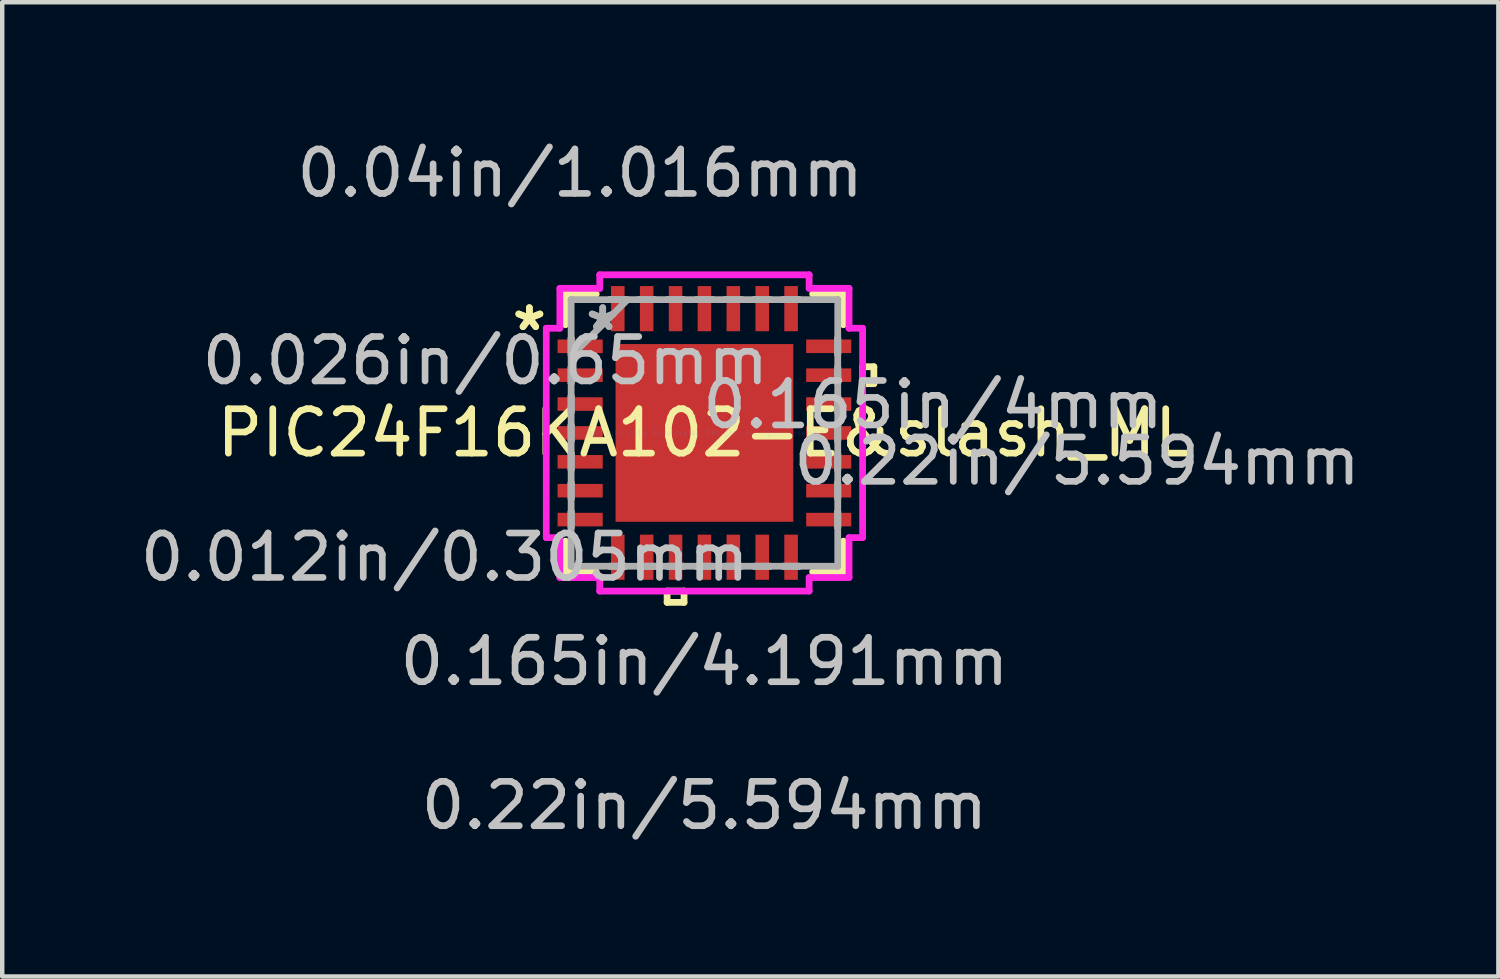
<source format=kicad_pcb>
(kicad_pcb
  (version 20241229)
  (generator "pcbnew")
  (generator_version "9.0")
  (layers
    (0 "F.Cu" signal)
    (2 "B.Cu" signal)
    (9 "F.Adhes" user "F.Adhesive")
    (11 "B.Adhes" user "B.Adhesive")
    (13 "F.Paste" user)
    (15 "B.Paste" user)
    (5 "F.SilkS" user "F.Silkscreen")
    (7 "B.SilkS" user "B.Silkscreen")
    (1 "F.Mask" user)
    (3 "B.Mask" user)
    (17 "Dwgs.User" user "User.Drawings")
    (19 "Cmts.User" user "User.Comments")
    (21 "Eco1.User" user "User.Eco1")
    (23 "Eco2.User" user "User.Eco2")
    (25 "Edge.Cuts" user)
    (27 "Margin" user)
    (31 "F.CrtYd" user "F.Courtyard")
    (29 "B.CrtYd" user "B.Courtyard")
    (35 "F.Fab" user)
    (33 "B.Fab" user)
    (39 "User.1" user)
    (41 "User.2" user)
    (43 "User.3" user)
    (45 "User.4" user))
  (footprint "PIC24F16KA102-E&slash_ML"
    (layer "F.Cu")
    (at 12.803 6.693)
    (property "Reference" "PIC24F16KA102-E&slash_ML" (at 0 0 0) (layer "F.SilkS") (effects (font (size 1 1) (thickness 0.15))))
    (attr through_hole)
    (fp_line (start -3.127 -3.127) (end -3.127 -2.435) (stroke (width 0.152) (type solid)) (layer "F.SilkS"))
    (fp_line (start -3.127 2.435) (end -3.127 3.127) (stroke (width 0.152) (type solid)) (layer "F.SilkS"))
    (fp_line (start -3.127 3.127) (end -2.435 3.127) (stroke (width 0.152) (type solid)) (layer "F.SilkS"))
    (fp_line (start -2.435 -3.127) (end -3.127 -3.127) (stroke (width 0.152) (type solid)) (layer "F.SilkS"))
    (fp_line (start -0.84 3.559) (end -0.84 3.813) (stroke (width 0.152) (type solid)) (layer "F.SilkS"))
    (fp_line (start -0.84 3.813) (end -0.459 3.813) (stroke (width 0.152) (type solid)) (layer "F.SilkS"))
    (fp_line (start -0.459 3.559) (end -0.84 3.559) (stroke (width 0.152) (type solid)) (layer "F.SilkS"))
    (fp_line (start -0.459 3.813) (end -0.459 3.559) (stroke (width 0.152) (type solid)) (layer "F.SilkS"))
    (fp_line (start 2.435 3.127) (end 3.127 3.127) (stroke (width 0.152) (type solid)) (layer "F.SilkS"))
    (fp_line (start 3.127 -3.127) (end 2.435 -3.127) (stroke (width 0.152) (type solid)) (layer "F.SilkS"))
    (fp_line (start 3.127 -2.435) (end 3.127 -3.127) (stroke (width 0.152) (type solid)) (layer "F.SilkS"))
    (fp_line (start 3.127 3.127) (end 3.127 2.435) (stroke (width 0.152) (type solid)) (layer "F.SilkS"))
    (fp_line (start 3.559 -1.49) (end 3.813 -1.49) (stroke (width 0.152) (type solid)) (layer "F.SilkS"))
    (fp_line (start 3.559 -1.109) (end 3.559 -1.49) (stroke (width 0.152) (type solid)) (layer "F.SilkS"))
    (fp_line (start 3.813 -1.49) (end 3.813 -1.109) (stroke (width 0.152) (type solid)) (layer "F.SilkS"))
    (fp_line (start 3.813 -1.109) (end 3.559 -1.109) (stroke (width 0.152) (type solid)) (layer "F.SilkS"))
    (fp_line (start -1.996 -1.996) (end -1.996 -0.798) (stroke (width 0.152) (type solid)) (layer "F.Paste"))
    (fp_line (start -1.996 -0.798) (end -0.798 -0.798) (stroke (width 0.152) (type solid)) (layer "F.Paste"))
    (fp_line (start -1.996 -0.599) (end -1.996 0.599) (stroke (width 0.152) (type solid)) (layer "F.Paste"))
    (fp_line (start -1.996 0.599) (end -0.798 0.599) (stroke (width 0.152) (type solid)) (layer "F.Paste"))
    (fp_line (start -1.996 0.798) (end -1.996 1.996) (stroke (width 0.152) (type solid)) (layer "F.Paste"))
    (fp_line (start -1.996 1.996) (end -0.798 1.996) (stroke (width 0.152) (type solid)) (layer "F.Paste"))
    (fp_line (start -0.798 -1.996) (end -1.996 -1.996) (stroke (width 0.152) (type solid)) (layer "F.Paste"))
    (fp_line (start -0.798 -0.798) (end -0.798 -1.996) (stroke (width 0.152) (type solid)) (layer "F.Paste"))
    (fp_line (start -0.798 -0.599) (end -1.996 -0.599) (stroke (width 0.152) (type solid)) (layer "F.Paste"))
    (fp_line (start -0.798 0.599) (end -0.798 -0.599) (stroke (width 0.152) (type solid)) (layer "F.Paste"))
    (fp_line (start -0.798 0.798) (end -1.996 0.798) (stroke (width 0.152) (type solid)) (layer "F.Paste"))
    (fp_line (start -0.798 1.996) (end -0.798 0.798) (stroke (width 0.152) (type solid)) (layer "F.Paste"))
    (fp_line (start -0.599 -1.996) (end -0.599 -0.798) (stroke (width 0.152) (type solid)) (layer "F.Paste"))
    (fp_line (start -0.599 -0.798) (end 0.599 -0.798) (stroke (width 0.152) (type solid)) (layer "F.Paste"))
    (fp_line (start -0.599 -0.599) (end -0.599 0.599) (stroke (width 0.152) (type solid)) (layer "F.Paste"))
    (fp_line (start -0.599 0.599) (end 0.599 0.599) (stroke (width 0.152) (type solid)) (layer "F.Paste"))
    (fp_line (start -0.599 0.798) (end -0.599 1.996) (stroke (width 0.152) (type solid)) (layer "F.Paste"))
    (fp_line (start -0.599 1.996) (end 0.599 1.996) (stroke (width 0.152) (type solid)) (layer "F.Paste"))
    (fp_line (start 0.599 -1.996) (end -0.599 -1.996) (stroke (width 0.152) (type solid)) (layer "F.Paste"))
    (fp_line (start 0.599 -0.798) (end 0.599 -1.996) (stroke (width 0.152) (type solid)) (layer "F.Paste"))
    (fp_line (start 0.599 -0.599) (end -0.599 -0.599) (stroke (width 0.152) (type solid)) (layer "F.Paste"))
    (fp_line (start 0.599 0.599) (end 0.599 -0.599) (stroke (width 0.152) (type solid)) (layer "F.Paste"))
    (fp_line (start 0.599 0.798) (end -0.599 0.798) (stroke (width 0.152) (type solid)) (layer "F.Paste"))
    (fp_line (start 0.599 1.996) (end 0.599 0.798) (stroke (width 0.152) (type solid)) (layer "F.Paste"))
    (fp_line (start 0.798 -1.996) (end 0.798 -0.798) (stroke (width 0.152) (type solid)) (layer "F.Paste"))
    (fp_line (start 0.798 -0.798) (end 1.996 -0.798) (stroke (width 0.152) (type solid)) (layer "F.Paste"))
    (fp_line (start 0.798 -0.599) (end 0.798 0.599) (stroke (width 0.152) (type solid)) (layer "F.Paste"))
    (fp_line (start 0.798 0.599) (end 1.996 0.599) (stroke (width 0.152) (type solid)) (layer "F.Paste"))
    (fp_line (start 0.798 0.798) (end 0.798 1.996) (stroke (width 0.152) (type solid)) (layer "F.Paste"))
    (fp_line (start 0.798 1.996) (end 1.996 1.996) (stroke (width 0.152) (type solid)) (layer "F.Paste"))
    (fp_line (start 1.996 -1.996) (end 0.798 -1.996) (stroke (width 0.152) (type solid)) (layer "F.Paste"))
    (fp_line (start 1.996 -0.798) (end 1.996 -1.996) (stroke (width 0.152) (type solid)) (layer "F.Paste"))
    (fp_line (start 1.996 -0.599) (end 0.798 -0.599) (stroke (width 0.152) (type solid)) (layer "F.Paste"))
    (fp_line (start 1.996 0.599) (end 1.996 -0.599) (stroke (width 0.152) (type solid)) (layer "F.Paste"))
    (fp_line (start 1.996 0.798) (end 0.798 0.798) (stroke (width 0.152) (type solid)) (layer "F.Paste"))
    (fp_line (start 1.996 1.996) (end 1.996 0.798) (stroke (width 0.152) (type solid)) (layer "F.Paste"))
    (fp_line (start -3.559 -2.356) (end -3.254 -2.356) (stroke (width 0.152) (type solid)) (layer "F.CrtYd"))
    (fp_line (start -3.559 2.356) (end -3.559 -2.356) (stroke (width 0.152) (type solid)) (layer "F.CrtYd"))
    (fp_line (start -3.254 -3.254) (end -2.356 -3.254) (stroke (width 0.152) (type solid)) (layer "F.CrtYd"))
    (fp_line (start -3.254 -2.356) (end -3.254 -3.254) (stroke (width 0.152) (type solid)) (layer "F.CrtYd"))
    (fp_line (start -3.254 2.356) (end -3.559 2.356) (stroke (width 0.152) (type solid)) (layer "F.CrtYd"))
    (fp_line (start -3.254 3.254) (end -3.254 2.356) (stroke (width 0.152) (type solid)) (layer "F.CrtYd"))
    (fp_line (start -2.356 -3.559) (end 2.356 -3.559) (stroke (width 0.152) (type solid)) (layer "F.CrtYd"))
    (fp_line (start -2.356 -3.254) (end -2.356 -3.559) (stroke (width 0.152) (type solid)) (layer "F.CrtYd"))
    (fp_line (start -2.356 3.254) (end -3.254 3.254) (stroke (width 0.152) (type solid)) (layer "F.CrtYd"))
    (fp_line (start -2.356 3.559) (end -2.356 3.254) (stroke (width 0.152) (type solid)) (layer "F.CrtYd"))
    (fp_line (start 2.356 -3.559) (end 2.356 -3.254) (stroke (width 0.152) (type solid)) (layer "F.CrtYd"))
    (fp_line (start 2.356 -3.254) (end 3.254 -3.254) (stroke (width 0.152) (type solid)) (layer "F.CrtYd"))
    (fp_line (start 2.356 3.254) (end 2.356 3.559) (stroke (width 0.152) (type solid)) (layer "F.CrtYd"))
    (fp_line (start 2.356 3.559) (end -2.356 3.559) (stroke (width 0.152) (type solid)) (layer "F.CrtYd"))
    (fp_line (start 3.254 -3.254) (end 3.254 -2.356) (stroke (width 0.152) (type solid)) (layer "F.CrtYd"))
    (fp_line (start 3.254 -2.356) (end 3.559 -2.356) (stroke (width 0.152) (type solid)) (layer "F.CrtYd"))
    (fp_line (start 3.254 2.356) (end 3.254 3.254) (stroke (width 0.152) (type solid)) (layer "F.CrtYd"))
    (fp_line (start 3.254 3.254) (end 2.356 3.254) (stroke (width 0.152) (type solid)) (layer "F.CrtYd"))
    (fp_line (start 3.559 -2.356) (end 3.559 2.356) (stroke (width 0.152) (type solid)) (layer "F.CrtYd"))
    (fp_line (start 3.559 2.356) (end 3.254 2.356) (stroke (width 0.152) (type solid)) (layer "F.CrtYd"))
    (fp_line (start -3 -3) (end -3 -3) (stroke (width 0.152) (type solid)) (layer "F.Fab"))
    (fp_line (start -3 -3) (end -3 3) (stroke (width 0.152) (type solid)) (layer "F.Fab"))
    (fp_line (start -3 -2.128) (end -3 -2.128) (stroke (width 0.152) (type solid)) (layer "F.Fab"))
    (fp_line (start -3 -2.128) (end -3 -1.772) (stroke (width 0.152) (type solid)) (layer "F.Fab"))
    (fp_line (start -3 -1.772) (end -3 -2.128) (stroke (width 0.152) (type solid)) (layer "F.Fab"))
    (fp_line (start -3 -1.772) (end -3 -1.772) (stroke (width 0.152) (type solid)) (layer "F.Fab"))
    (fp_line (start -3 -1.73) (end -1.73 -3) (stroke (width 0.152) (type solid)) (layer "F.Fab"))
    (fp_line (start -3 -1.478) (end -3 -1.478) (stroke (width 0.152) (type solid)) (layer "F.Fab"))
    (fp_line (start -3 -1.478) (end -3 -1.122) (stroke (width 0.152) (type solid)) (layer "F.Fab"))
    (fp_line (start -3 -1.122) (end -3 -1.478) (stroke (width 0.152) (type solid)) (layer "F.Fab"))
    (fp_line (start -3 -1.122) (end -3 -1.122) (stroke (width 0.152) (type solid)) (layer "F.Fab"))
    (fp_line (start -3 -0.828) (end -3 -0.828) (stroke (width 0.152) (type solid)) (layer "F.Fab"))
    (fp_line (start -3 -0.828) (end -3 -0.472) (stroke (width 0.152) (type solid)) (layer "F.Fab"))
    (fp_line (start -3 -0.472) (end -3 -0.828) (stroke (width 0.152) (type solid)) (layer "F.Fab"))
    (fp_line (start -3 -0.472) (end -3 -0.472) (stroke (width 0.152) (type solid)) (layer "F.Fab"))
    (fp_line (start -3 -0.178) (end -3 -0.178) (stroke (width 0.152) (type solid)) (layer "F.Fab"))
    (fp_line (start -3 -0.178) (end -3 0.178) (stroke (width 0.152) (type solid)) (layer "F.Fab"))
    (fp_line (start -3 0.178) (end -3 -0.178) (stroke (width 0.152) (type solid)) (layer "F.Fab"))
    (fp_line (start -3 0.178) (end -3 0.178) (stroke (width 0.152) (type solid)) (layer "F.Fab"))
    (fp_line (start -3 0.472) (end -3 0.472) (stroke (width 0.152) (type solid)) (layer "F.Fab"))
    (fp_line (start -3 0.472) (end -3 0.828) (stroke (width 0.152) (type solid)) (layer "F.Fab"))
    (fp_line (start -3 0.828) (end -3 0.472) (stroke (width 0.152) (type solid)) (layer "F.Fab"))
    (fp_line (start -3 0.828) (end -3 0.828) (stroke (width 0.152) (type solid)) (layer "F.Fab"))
    (fp_line (start -3 1.122) (end -3 1.122) (stroke (width 0.152) (type solid)) (layer "F.Fab"))
    (fp_line (start -3 1.122) (end -3 1.478) (stroke (width 0.152) (type solid)) (layer "F.Fab"))
    (fp_line (start -3 1.478) (end -3 1.122) (stroke (width 0.152) (type solid)) (layer "F.Fab"))
    (fp_line (start -3 1.478) (end -3 1.478) (stroke (width 0.152) (type solid)) (layer "F.Fab"))
    (fp_line (start -3 1.772) (end -3 1.772) (stroke (width 0.152) (type solid)) (layer "F.Fab"))
    (fp_line (start -3 1.772) (end -3 2.128) (stroke (width 0.152) (type solid)) (layer "F.Fab"))
    (fp_line (start -3 2.128) (end -3 1.772) (stroke (width 0.152) (type solid)) (layer "F.Fab"))
    (fp_line (start -3 2.128) (end -3 2.128) (stroke (width 0.152) (type solid)) (layer "F.Fab"))
    (fp_line (start -3 3) (end -3 3) (stroke (width 0.152) (type solid)) (layer "F.Fab"))
    (fp_line (start -3 3) (end 3 3) (stroke (width 0.152) (type solid)) (layer "F.Fab"))
    (fp_line (start -2.128 -3) (end -2.128 -3) (stroke (width 0.152) (type solid)) (layer "F.Fab"))
    (fp_line (start -2.128 -3) (end -1.772 -3) (stroke (width 0.152) (type solid)) (layer "F.Fab"))
    (fp_line (start -2.128 3) (end -2.128 3) (stroke (width 0.152) (type solid)) (layer "F.Fab"))
    (fp_line (start -2.128 3) (end -1.772 3) (stroke (width 0.152) (type solid)) (layer "F.Fab"))
    (fp_line (start -1.772 -3) (end -2.128 -3) (stroke (width 0.152) (type solid)) (layer "F.Fab"))
    (fp_line (start -1.772 -3) (end -1.772 -3) (stroke (width 0.152) (type solid)) (layer "F.Fab"))
    (fp_line (start -1.772 3) (end -2.128 3) (stroke (width 0.152) (type solid)) (layer "F.Fab"))
    (fp_line (start -1.772 3) (end -1.772 3) (stroke (width 0.152) (type solid)) (layer "F.Fab"))
    (fp_line (start -1.478 -3) (end -1.478 -3) (stroke (width 0.152) (type solid)) (layer "F.Fab"))
    (fp_line (start -1.478 -3) (end -1.122 -3) (stroke (width 0.152) (type solid)) (layer "F.Fab"))
    (fp_line (start -1.478 3) (end -1.478 3) (stroke (width 0.152) (type solid)) (layer "F.Fab"))
    (fp_line (start -1.478 3) (end -1.122 3) (stroke (width 0.152) (type solid)) (layer "F.Fab"))
    (fp_line (start -1.122 -3) (end -1.478 -3) (stroke (width 0.152) (type solid)) (layer "F.Fab"))
    (fp_line (start -1.122 -3) (end -1.122 -3) (stroke (width 0.152) (type solid)) (layer "F.Fab"))
    (fp_line (start -1.122 3) (end -1.478 3) (stroke (width 0.152) (type solid)) (layer "F.Fab"))
    (fp_line (start -1.122 3) (end -1.122 3) (stroke (width 0.152) (type solid)) (layer "F.Fab"))
    (fp_line (start -0.828 -3) (end -0.828 -3) (stroke (width 0.152) (type solid)) (layer "F.Fab"))
    (fp_line (start -0.828 -3) (end -0.472 -3) (stroke (width 0.152) (type solid)) (layer "F.Fab"))
    (fp_line (start -0.828 3) (end -0.828 3) (stroke (width 0.152) (type solid)) (layer "F.Fab"))
    (fp_line (start -0.828 3) (end -0.472 3) (stroke (width 0.152) (type solid)) (layer "F.Fab"))
    (fp_line (start -0.472 -3) (end -0.828 -3) (stroke (width 0.152) (type solid)) (layer "F.Fab"))
    (fp_line (start -0.472 -3) (end -0.472 -3) (stroke (width 0.152) (type solid)) (layer "F.Fab"))
    (fp_line (start -0.472 3) (end -0.828 3) (stroke (width 0.152) (type solid)) (layer "F.Fab"))
    (fp_line (start -0.472 3) (end -0.472 3) (stroke (width 0.152) (type solid)) (layer "F.Fab"))
    (fp_line (start -0.178 -3) (end -0.178 -3) (stroke (width 0.152) (type solid)) (layer "F.Fab"))
    (fp_line (start -0.178 -3) (end 0.178 -3) (stroke (width 0.152) (type solid)) (layer "F.Fab"))
    (fp_line (start -0.178 3) (end -0.178 3) (stroke (width 0.152) (type solid)) (layer "F.Fab"))
    (fp_line (start -0.178 3) (end 0.178 3) (stroke (width 0.152) (type solid)) (layer "F.Fab"))
    (fp_line (start 0.178 -3) (end -0.178 -3) (stroke (width 0.152) (type solid)) (layer "F.Fab"))
    (fp_line (start 0.178 -3) (end 0.178 -3) (stroke (width 0.152) (type solid)) (layer "F.Fab"))
    (fp_line (start 0.178 3) (end -0.178 3) (stroke (width 0.152) (type solid)) (layer "F.Fab"))
    (fp_line (start 0.178 3) (end 0.178 3) (stroke (width 0.152) (type solid)) (layer "F.Fab"))
    (fp_line (start 0.472 -3) (end 0.472 -3) (stroke (width 0.152) (type solid)) (layer "F.Fab"))
    (fp_line (start 0.472 -3) (end 0.828 -3) (stroke (width 0.152) (type solid)) (layer "F.Fab"))
    (fp_line (start 0.472 3) (end 0.472 3) (stroke (width 0.152) (type solid)) (layer "F.Fab"))
    (fp_line (start 0.472 3) (end 0.828 3) (stroke (width 0.152) (type solid)) (layer "F.Fab"))
    (fp_line (start 0.828 -3) (end 0.472 -3) (stroke (width 0.152) (type solid)) (layer "F.Fab"))
    (fp_line (start 0.828 -3) (end 0.828 -3) (stroke (width 0.152) (type solid)) (layer "F.Fab"))
    (fp_line (start 0.828 3) (end 0.472 3) (stroke (width 0.152) (type solid)) (layer "F.Fab"))
    (fp_line (start 0.828 3) (end 0.828 3) (stroke (width 0.152) (type solid)) (layer "F.Fab"))
    (fp_line (start 1.122 -3) (end 1.122 -3) (stroke (width 0.152) (type solid)) (layer "F.Fab"))
    (fp_line (start 1.122 -3) (end 1.478 -3) (stroke (width 0.152) (type solid)) (layer "F.Fab"))
    (fp_line (start 1.122 3) (end 1.122 3) (stroke (width 0.152) (type solid)) (layer "F.Fab"))
    (fp_line (start 1.122 3) (end 1.478 3) (stroke (width 0.152) (type solid)) (layer "F.Fab"))
    (fp_line (start 1.478 -3) (end 1.122 -3) (stroke (width 0.152) (type solid)) (layer "F.Fab"))
    (fp_line (start 1.478 -3) (end 1.478 -3) (stroke (width 0.152) (type solid)) (layer "F.Fab"))
    (fp_line (start 1.478 3) (end 1.122 3) (stroke (width 0.152) (type solid)) (layer "F.Fab"))
    (fp_line (start 1.478 3) (end 1.478 3) (stroke (width 0.152) (type solid)) (layer "F.Fab"))
    (fp_line (start 1.772 -3) (end 1.772 -3) (stroke (width 0.152) (type solid)) (layer "F.Fab"))
    (fp_line (start 1.772 -3) (end 2.128 -3) (stroke (width 0.152) (type solid)) (layer "F.Fab"))
    (fp_line (start 1.772 3) (end 1.772 3) (stroke (width 0.152) (type solid)) (layer "F.Fab"))
    (fp_line (start 1.772 3) (end 2.128 3) (stroke (width 0.152) (type solid)) (layer "F.Fab"))
    (fp_line (start 2.128 -3) (end 1.772 -3) (stroke (width 0.152) (type solid)) (layer "F.Fab"))
    (fp_line (start 2.128 -3) (end 2.128 -3) (stroke (width 0.152) (type solid)) (layer "F.Fab"))
    (fp_line (start 2.128 3) (end 1.772 3) (stroke (width 0.152) (type solid)) (layer "F.Fab"))
    (fp_line (start 2.128 3) (end 2.128 3) (stroke (width 0.152) (type solid)) (layer "F.Fab"))
    (fp_line (start 3 -3) (end -3 -3) (stroke (width 0.152) (type solid)) (layer "F.Fab"))
    (fp_line (start 3 -3) (end 3 -3) (stroke (width 0.152) (type solid)) (layer "F.Fab"))
    (fp_line (start 3 -2.128) (end 3 -2.128) (stroke (width 0.152) (type solid)) (layer "F.Fab"))
    (fp_line (start 3 -2.128) (end 3 -1.772) (stroke (width 0.152) (type solid)) (layer "F.Fab"))
    (fp_line (start 3 -1.772) (end 3 -2.128) (stroke (width 0.152) (type solid)) (layer "F.Fab"))
    (fp_line (start 3 -1.772) (end 3 -1.772) (stroke (width 0.152) (type solid)) (layer "F.Fab"))
    (fp_line (start 3 -1.478) (end 3 -1.478) (stroke (width 0.152) (type solid)) (layer "F.Fab"))
    (fp_line (start 3 -1.478) (end 3 -1.122) (stroke (width 0.152) (type solid)) (layer "F.Fab"))
    (fp_line (start 3 -1.122) (end 3 -1.478) (stroke (width 0.152) (type solid)) (layer "F.Fab"))
    (fp_line (start 3 -1.122) (end 3 -1.122) (stroke (width 0.152) (type solid)) (layer "F.Fab"))
    (fp_line (start 3 -0.828) (end 3 -0.828) (stroke (width 0.152) (type solid)) (layer "F.Fab"))
    (fp_line (start 3 -0.828) (end 3 -0.472) (stroke (width 0.152) (type solid)) (layer "F.Fab"))
    (fp_line (start 3 -0.472) (end 3 -0.828) (stroke (width 0.152) (type solid)) (layer "F.Fab"))
    (fp_line (start 3 -0.472) (end 3 -0.472) (stroke (width 0.152) (type solid)) (layer "F.Fab"))
    (fp_line (start 3 -0.178) (end 3 -0.178) (stroke (width 0.152) (type solid)) (layer "F.Fab"))
    (fp_line (start 3 -0.178) (end 3 0.178) (stroke (width 0.152) (type solid)) (layer "F.Fab"))
    (fp_line (start 3 0.178) (end 3 -0.178) (stroke (width 0.152) (type solid)) (layer "F.Fab"))
    (fp_line (start 3 0.178) (end 3 0.178) (stroke (width 0.152) (type solid)) (layer "F.Fab"))
    (fp_line (start 3 0.472) (end 3 0.472) (stroke (width 0.152) (type solid)) (layer "F.Fab"))
    (fp_line (start 3 0.472) (end 3 0.828) (stroke (width 0.152) (type solid)) (layer "F.Fab"))
    (fp_line (start 3 0.828) (end 3 0.472) (stroke (width 0.152) (type solid)) (layer "F.Fab"))
    (fp_line (start 3 0.828) (end 3 0.828) (stroke (width 0.152) (type solid)) (layer "F.Fab"))
    (fp_line (start 3 1.122) (end 3 1.122) (stroke (width 0.152) (type solid)) (layer "F.Fab"))
    (fp_line (start 3 1.122) (end 3 1.478) (stroke (width 0.152) (type solid)) (layer "F.Fab"))
    (fp_line (start 3 1.478) (end 3 1.122) (stroke (width 0.152) (type solid)) (layer "F.Fab"))
    (fp_line (start 3 1.478) (end 3 1.478) (stroke (width 0.152) (type solid)) (layer "F.Fab"))
    (fp_line (start 3 1.772) (end 3 1.772) (stroke (width 0.152) (type solid)) (layer "F.Fab"))
    (fp_line (start 3 1.772) (end 3 2.128) (stroke (width 0.152) (type solid)) (layer "F.Fab"))
    (fp_line (start 3 2.128) (end 3 1.772) (stroke (width 0.152) (type solid)) (layer "F.Fab"))
    (fp_line (start 3 2.128) (end 3 2.128) (stroke (width 0.152) (type solid)) (layer "F.Fab"))
    (fp_line (start 3 3) (end 3 -3) (stroke (width 0.152) (type solid)) (layer "F.Fab"))
    (fp_line (start 3 3) (end 3 3) (stroke (width 0.152) (type solid)) (layer "F.Fab"))
    (fp_text user "*" (at -3.94 -2.275 0) (layer "F.SilkS") (effects (font (size 1 1) (thickness 0.15))))
    (fp_text user "*" (at -3.94 -2.275 0) (layer "F.SilkS") (effects (font (size 1 1) (thickness 0.15))))
    (fp_text user "0.165in/4mm" (at 5.144 -0.635 0) (layer "Dwgs.User") (effects (font (size 1 1) (thickness 0.15))))
    (fp_text user "0.04in/1.016mm" (at -2.797 -5.845 0) (layer "Dwgs.User") (effects (font (size 1 1) (thickness 0.15))))
    (fp_text user "0.012in/0.305mm" (at -5.845 2.797 0) (layer "Dwgs.User") (effects (font (size 1 1) (thickness 0.15))))
    (fp_text user "0.026in/0.65mm" (at -4.93 -1.625 0) (layer "Dwgs.User") (effects (font (size 1 1) (thickness 0.15))))
    (fp_text user "0.22in/5.594mm" (at 0 8.385 0) (layer "Dwgs.User") (effects (font (size 1 1) (thickness 0.15))))
    (fp_text user "0.165in/4.191mm" (at 0 5.144 0) (layer "Dwgs.User") (effects (font (size 1 1) (thickness 0.15))))
    (fp_text user "0.22in/5.594mm" (at 8.385 0.635 0) (layer "Dwgs.User") (effects (font (size 1 1) (thickness 0.15))))
    (fp_text user "Copyright 2016 Accelerated Designs. All rights reserved." (at 0 0 0) (layer "Cmts.User") (effects (font (size 0.127 0.127) (thickness 0.002))))
    (fp_text user "*" (at -2.289 -2.275 0) (layer "F.Fab") (effects (font (size 1 1) (thickness 0.15))))
    (fp_text user "*" (at -2.289 -2.275 0) (layer "F.Fab") (effects (font (size 1 1) (thickness 0.15))))
    (pad "1" smd rect (at -2.797 -1.95 90) (size 0.305 1.016) (layers "F.Cu" "F.Mask" "F.Paste"))
    (pad "2" smd rect (at -2.797 -1.3 90) (size 0.305 1.016) (layers "F.Cu" "F.Mask" "F.Paste"))
    (pad "3" smd rect (at -2.797 -0.65 90) (size 0.305 1.016) (layers "F.Cu" "F.Mask" "F.Paste"))
    (pad "4" smd rect (at -2.797 0 90) (size 0.305 1.016) (layers "F.Cu" "F.Mask" "F.Paste"))
    (pad "5" smd rect (at -2.797 0.65 90) (size 0.305 1.016) (layers "F.Cu" "F.Mask" "F.Paste"))
    (pad "6" smd rect (at -2.797 1.3 90) (size 0.305 1.016) (layers "F.Cu" "F.Mask" "F.Paste"))
    (pad "7" smd rect (at -2.797 1.95 90) (size 0.305 1.016) (layers "F.Cu" "F.Mask" "F.Paste"))
    (pad "8" smd rect (at -1.95 2.797) (size 0.305 1.016) (layers "F.Cu" "F.Mask" "F.Paste"))
    (pad "9" smd rect (at -1.3 2.797) (size 0.305 1.016) (layers "F.Cu" "F.Mask" "F.Paste"))
    (pad "10" smd rect (at -0.65 2.797) (size 0.305 1.016) (layers "F.Cu" "F.Mask" "F.Paste"))
    (pad "11" smd rect (at 0 2.797) (size 0.305 1.016) (layers "F.Cu" "F.Mask" "F.Paste"))
    (pad "12" smd rect (at 0.65 2.797) (size 0.305 1.016) (layers "F.Cu" "F.Mask" "F.Paste"))
    (pad "13" smd rect (at 1.3 2.797) (size 0.305 1.016) (layers "F.Cu" "F.Mask" "F.Paste"))
    (pad "14" smd rect (at 1.95 2.797) (size 0.305 1.016) (layers "F.Cu" "F.Mask" "F.Paste"))
    (pad "15" smd rect (at 2.797 1.95 90) (size 0.305 1.016) (layers "F.Cu" "F.Mask" "F.Paste"))
    (pad "16" smd rect (at 2.797 1.3 90) (size 0.305 1.016) (layers "F.Cu" "F.Mask" "F.Paste"))
    (pad "17" smd rect (at 2.797 0.65 90) (size 0.305 1.016) (layers "F.Cu" "F.Mask" "F.Paste"))
    (pad "18" smd rect (at 2.797 0 90) (size 0.305 1.016) (layers "F.Cu" "F.Mask" "F.Paste"))
    (pad "19" smd rect (at 2.797 -0.65 90) (size 0.305 1.016) (layers "F.Cu" "F.Mask" "F.Paste"))
    (pad "20" smd rect (at 2.797 -1.3 90) (size 0.305 1.016) (layers "F.Cu" "F.Mask" "F.Paste"))
    (pad "21" smd rect (at 2.797 -1.95 90) (size 0.305 1.016) (layers "F.Cu" "F.Mask" "F.Paste"))
    (pad "22" smd rect (at 1.95 -2.797) (size 0.305 1.016) (layers "F.Cu" "F.Mask" "F.Paste"))
    (pad "23" smd rect (at 1.3 -2.797) (size 0.305 1.016) (layers "F.Cu" "F.Mask" "F.Paste"))
    (pad "24" smd rect (at 0.65 -2.797) (size 0.305 1.016) (layers "F.Cu" "F.Mask" "F.Paste"))
    (pad "25" smd rect (at 0 -2.797) (size 0.305 1.016) (layers "F.Cu" "F.Mask" "F.Paste"))
    (pad "26" smd rect (at -0.65 -2.797) (size 0.305 1.016) (layers "F.Cu" "F.Mask" "F.Paste"))
    (pad "27" smd rect (at -1.3 -2.797) (size 0.305 1.016) (layers "F.Cu" "F.Mask" "F.Paste"))
    (pad "28" smd rect (at -1.95 -2.797) (size 0.305 1.016) (layers "F.Cu" "F.Mask" "F.Paste"))
    (pad "EP" smd rect (at 0 0) (size 4 4) (layers "F.Cu" "F.Mask" "F.Paste")))
  (gr_rect
    (start -3 -3)
    (end 30.67 18.926)
    (stroke (width 0.1) (type default))
    (fill no)
    (layer "Edge.Cuts")))
</source>
